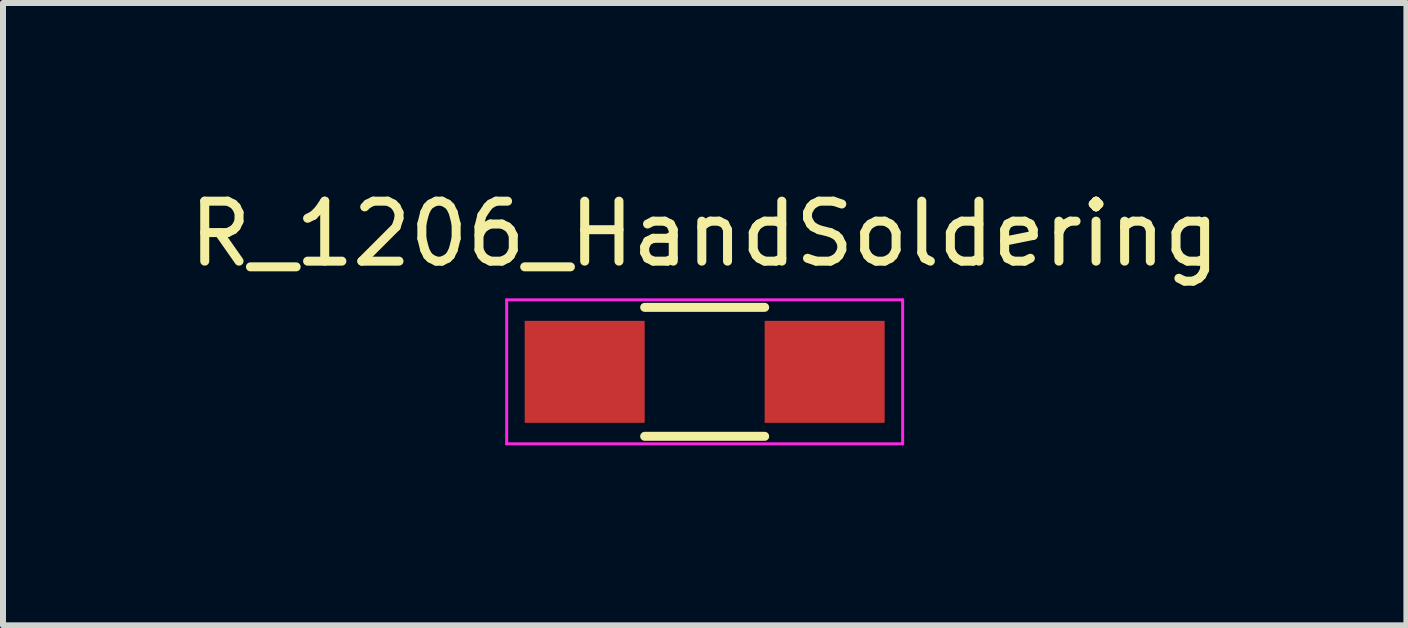
<source format=kicad_pcb>
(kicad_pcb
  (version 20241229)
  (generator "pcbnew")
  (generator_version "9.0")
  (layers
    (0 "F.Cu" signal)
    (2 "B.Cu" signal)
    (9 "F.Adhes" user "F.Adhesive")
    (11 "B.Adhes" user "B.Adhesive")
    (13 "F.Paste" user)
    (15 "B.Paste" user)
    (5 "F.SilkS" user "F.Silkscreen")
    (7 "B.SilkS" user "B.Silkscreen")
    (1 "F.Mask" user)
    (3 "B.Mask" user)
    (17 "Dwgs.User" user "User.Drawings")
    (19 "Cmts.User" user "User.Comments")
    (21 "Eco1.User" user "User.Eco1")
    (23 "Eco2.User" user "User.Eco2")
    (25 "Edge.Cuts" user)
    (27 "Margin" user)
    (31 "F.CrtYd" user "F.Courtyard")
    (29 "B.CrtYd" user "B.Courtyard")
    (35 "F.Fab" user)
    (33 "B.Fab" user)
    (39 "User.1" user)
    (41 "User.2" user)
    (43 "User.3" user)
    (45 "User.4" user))
  (footprint "R_1206_HandSoldering"
    (layer "F.Cu")
    (at 8.696 3.148)
    (property "Reference" "R_1206_HandSoldering" (at 0 -2.3 0) (layer "F.SilkS") (effects (font (size 1 1) (thickness 0.15))))
    (attr smd)
    (fp_line (start -1 -1.075) (end 1 -1.075) (stroke (width 0.15) (type solid)) (layer "F.SilkS"))
    (fp_line (start 1 1.075) (end -1 1.075) (stroke (width 0.15) (type solid)) (layer "F.SilkS"))
    (fp_line (start -3.3 -1.2) (end -3.3 1.2) (stroke (width 0.05) (type solid)) (layer "F.CrtYd"))
    (fp_line (start -3.3 -1.2) (end 3.3 -1.2) (stroke (width 0.05) (type solid)) (layer "F.CrtYd"))
    (fp_line (start -3.3 1.2) (end 3.3 1.2) (stroke (width 0.05) (type solid)) (layer "F.CrtYd"))
    (fp_line (start 3.3 -1.2) (end 3.3 1.2) (stroke (width 0.05) (type solid)) (layer "F.CrtYd"))
    (pad "1" smd rect (at -2 0) (size 2 1.7) (layers "F.Cu" "F.Mask" "F.Paste"))
    (pad "2" smd rect (at 2 0) (size 2 1.7) (layers "F.Cu" "F.Mask" "F.Paste")))
  (gr_rect
    (start -3 -3)
    (end 20.393 7.373)
    (stroke (width 0.1) (type default))
    (fill no)
    (layer "Edge.Cuts")))
</source>
